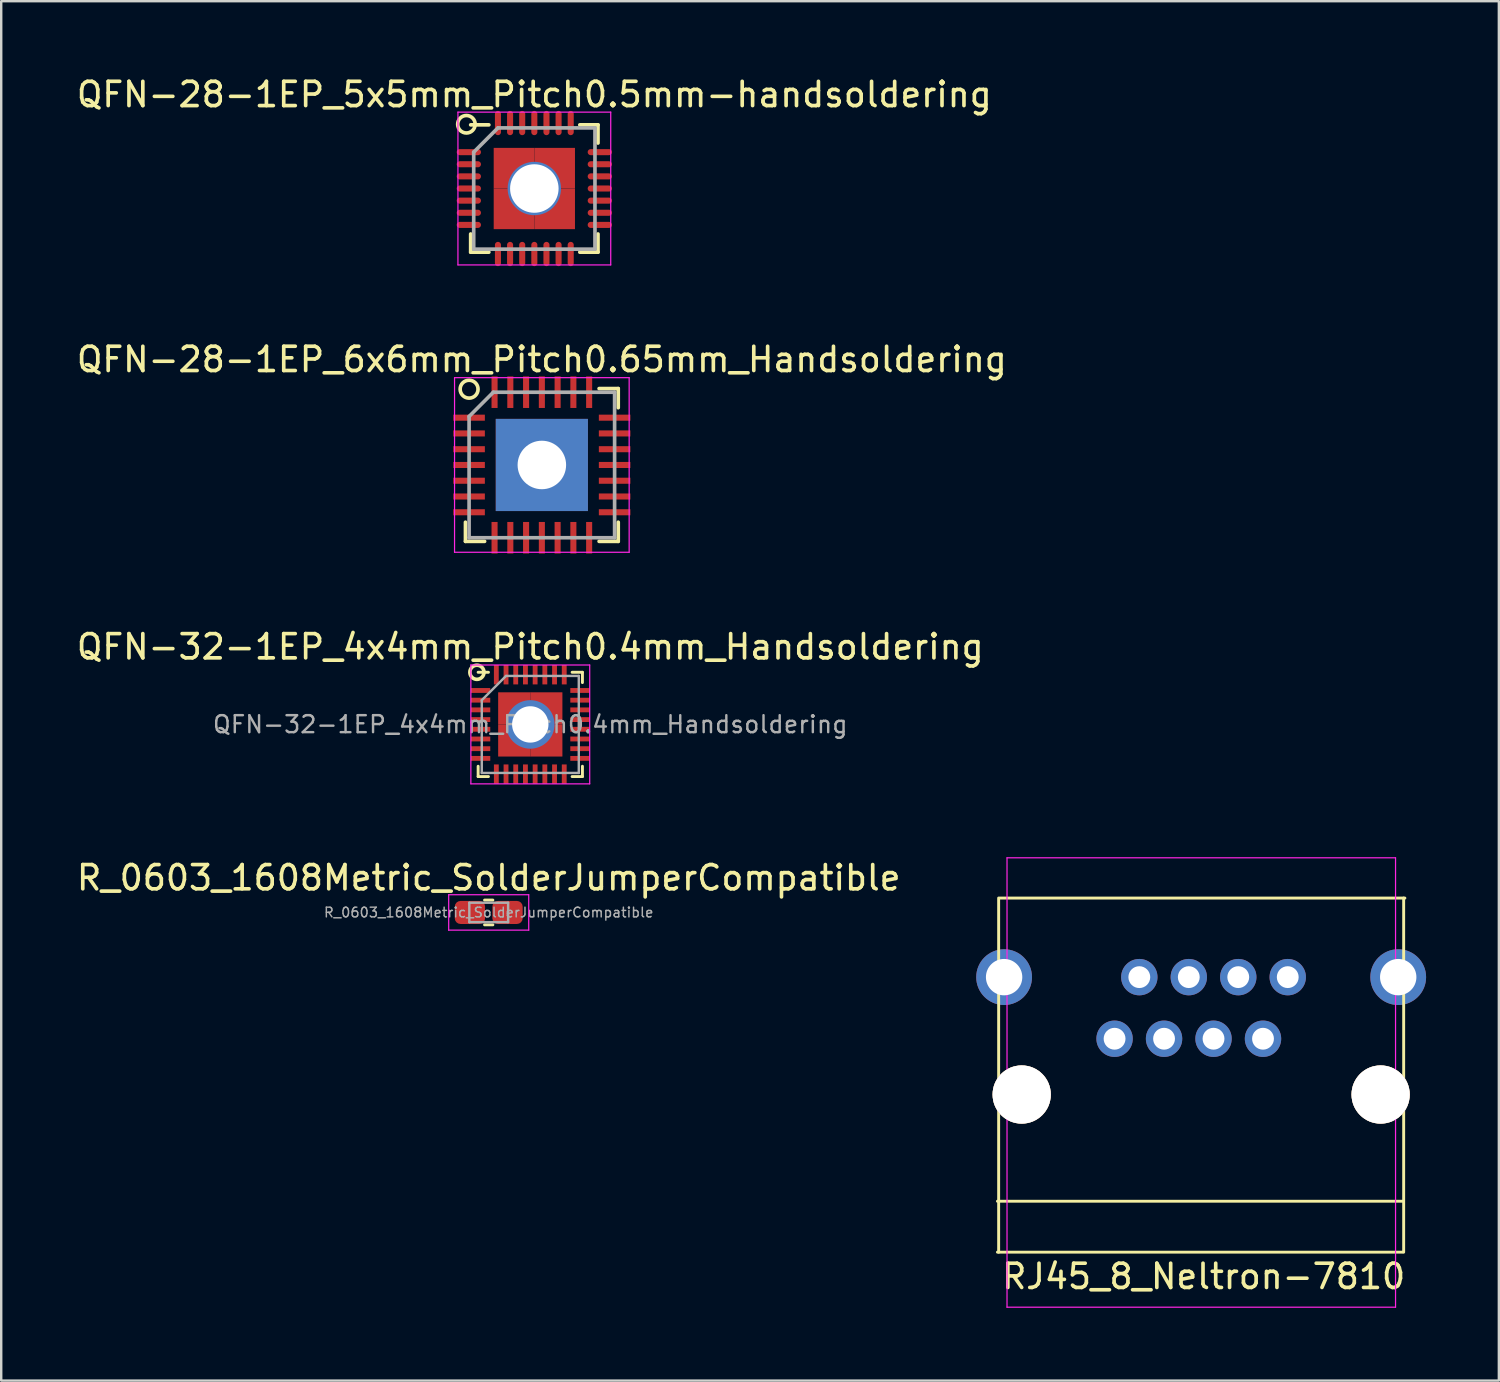
<source format=kicad_pcb>
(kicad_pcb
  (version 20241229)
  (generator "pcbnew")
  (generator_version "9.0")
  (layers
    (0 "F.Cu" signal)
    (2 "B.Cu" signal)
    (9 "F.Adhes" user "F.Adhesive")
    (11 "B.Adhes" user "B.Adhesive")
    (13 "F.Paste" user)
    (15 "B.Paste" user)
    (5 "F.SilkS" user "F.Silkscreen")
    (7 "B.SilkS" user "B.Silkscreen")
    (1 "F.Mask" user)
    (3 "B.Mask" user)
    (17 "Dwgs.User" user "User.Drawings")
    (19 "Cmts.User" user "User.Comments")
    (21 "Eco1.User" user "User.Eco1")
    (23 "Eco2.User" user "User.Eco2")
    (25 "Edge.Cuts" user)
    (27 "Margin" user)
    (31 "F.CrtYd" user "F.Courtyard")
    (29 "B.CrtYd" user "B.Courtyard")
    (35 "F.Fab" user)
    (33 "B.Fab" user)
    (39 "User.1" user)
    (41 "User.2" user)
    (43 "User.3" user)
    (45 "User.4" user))
  (footprint "QFN-28-1EP_6x6mm_Pitch0.65mm_Handsoldering"
    (layer "F.Cu")
    (at 19.292 16.122)
    (property "Reference" "QFN-28-1EP_6x6mm_Pitch0.65mm_Handsoldering" (at 0 -4.35 0) (layer "F.SilkS") (effects (font (size 1 1) (thickness 0.15))))
    (attr smd)
    (fp_line (start -3.15 3.15) (end -3.15 2.36) (stroke (width 0.15) (type solid)) (layer "F.SilkS"))
    (fp_line (start -3.15 3.15) (end -2.36 3.15) (stroke (width 0.15) (type solid)) (layer "F.SilkS"))
    (fp_line (start 3.15 -3.15) (end 2.36 -3.15) (stroke (width 0.15) (type solid)) (layer "F.SilkS"))
    (fp_line (start 3.15 -3.15) (end 3.15 -2.36) (stroke (width 0.15) (type solid)) (layer "F.SilkS"))
    (fp_line (start 3.15 3.15) (end 2.36 3.15) (stroke (width 0.15) (type solid)) (layer "F.SilkS"))
    (fp_line (start 3.15 3.15) (end 3.15 2.36) (stroke (width 0.15) (type solid)) (layer "F.SilkS"))
    (fp_circle (center -3 -3.125) (end -2.675 -3.3) (stroke (width 0.15) (type solid)) (fill no) (layer "F.SilkS"))
    (fp_line (start -3.6 -3.6) (end -3.6 3.6) (stroke (width 0.05) (type solid)) (layer "F.CrtYd"))
    (fp_line (start -3.6 -3.6) (end 3.6 -3.6) (stroke (width 0.05) (type solid)) (layer "F.CrtYd"))
    (fp_line (start -3.6 3.6) (end 3.6 3.6) (stroke (width 0.05) (type solid)) (layer "F.CrtYd"))
    (fp_line (start 3.6 -3.6) (end 3.6 3.6) (stroke (width 0.05) (type solid)) (layer "F.CrtYd"))
    (fp_line (start -3 -2) (end -2 -3) (stroke (width 0.15) (type solid)) (layer "F.Fab"))
    (fp_line (start -3 3) (end -3 -2) (stroke (width 0.15) (type solid)) (layer "F.Fab"))
    (fp_line (start -2 -3) (end 3 -3) (stroke (width 0.15) (type solid)) (layer "F.Fab"))
    (fp_line (start 3 -3) (end 3 3) (stroke (width 0.15) (type solid)) (layer "F.Fab"))
    (fp_line (start 3 3) (end -3 3) (stroke (width 0.15) (type solid)) (layer "F.Fab"))
    (pad "1" smd rect (at -3 -1.95) (size 1.3 0.25) (layers "F.Cu" "F.Mask" "F.Paste"))
    (pad "2" smd rect (at -3 -1.3) (size 1.3 0.25) (layers "F.Cu" "F.Mask" "F.Paste"))
    (pad "3" smd rect (at -3 -0.65) (size 1.3 0.25) (layers "F.Cu" "F.Mask" "F.Paste"))
    (pad "4" smd rect (at -3 0) (size 1.3 0.25) (layers "F.Cu" "F.Mask" "F.Paste"))
    (pad "5" smd rect (at -3 0.65) (size 1.3 0.25) (layers "F.Cu" "F.Mask" "F.Paste"))
    (pad "6" smd rect (at -3 1.3) (size 1.3 0.25) (layers "F.Cu" "F.Mask" "F.Paste"))
    (pad "7" smd rect (at -3 1.95) (size 1.3 0.25) (layers "F.Cu" "F.Mask" "F.Paste"))
    (pad "8" smd rect (at -1.95 3 90) (size 1.3 0.25) (layers "F.Cu" "F.Mask" "F.Paste"))
    (pad "9" smd rect (at -1.3 3 90) (size 1.3 0.25) (layers "F.Cu" "F.Mask" "F.Paste"))
    (pad "10" smd rect (at -0.65 3 90) (size 1.3 0.25) (layers "F.Cu" "F.Mask" "F.Paste"))
    (pad "11" smd rect (at 0 3 90) (size 1.3 0.25) (layers "F.Cu" "F.Mask" "F.Paste"))
    (pad "12" smd rect (at 0.65 3 90) (size 1.3 0.25) (layers "F.Cu" "F.Mask" "F.Paste"))
    (pad "13" smd rect (at 1.3 3 90) (size 1.3 0.25) (layers "F.Cu" "F.Mask" "F.Paste"))
    (pad "14" smd rect (at 1.95 3 90) (size 1.3 0.25) (layers "F.Cu" "F.Mask" "F.Paste"))
    (pad "15" smd rect (at 3 1.95) (size 1.3 0.25) (layers "F.Cu" "F.Mask" "F.Paste"))
    (pad "16" smd rect (at 3 1.3) (size 1.3 0.25) (layers "F.Cu" "F.Mask" "F.Paste"))
    (pad "17" smd rect (at 3 0.65) (size 1.3 0.25) (layers "F.Cu" "F.Mask" "F.Paste"))
    (pad "18" smd rect (at 3 0) (size 1.3 0.25) (layers "F.Cu" "F.Mask" "F.Paste"))
    (pad "19" smd rect (at 3 -0.65) (size 1.3 0.25) (layers "F.Cu" "F.Mask" "F.Paste"))
    (pad "20" smd rect (at 3 -1.3) (size 1.3 0.25) (layers "F.Cu" "F.Mask" "F.Paste"))
    (pad "21" smd rect (at 3 -1.95) (size 1.3 0.25) (layers "F.Cu" "F.Mask" "F.Paste"))
    (pad "22" smd rect (at 1.95 -3 90) (size 1.3 0.25) (layers "F.Cu" "F.Mask" "F.Paste"))
    (pad "23" smd rect (at 1.3 -3 90) (size 1.3 0.25) (layers "F.Cu" "F.Mask" "F.Paste"))
    (pad "24" smd rect (at 0.65 -3 90) (size 1.3 0.25) (layers "F.Cu" "F.Mask" "F.Paste"))
    (pad "25" smd rect (at 0 -3 90) (size 1.3 0.25) (layers "F.Cu" "F.Mask" "F.Paste"))
    (pad "26" smd rect (at -0.65 -3 90) (size 1.3 0.25) (layers "F.Cu" "F.Mask" "F.Paste"))
    (pad "27" smd rect (at -1.3 -3 90) (size 1.3 0.25) (layers "F.Cu" "F.Mask" "F.Paste"))
    (pad "28" smd rect (at -1.95 -3 90) (size 1.3 0.25) (layers "F.Cu" "F.Mask" "F.Paste"))
    (pad "29" thru_hole rect (at 0 0) (size 3.8 3.8) (drill 2) (layers "*.Cu" "*.Mask")))
  (footprint "R_0603_1608Metric_SolderJumperCompatible"
    (layer "F.Cu")
    (at 17.101 34.573)
    (property "Reference" "R_0603_1608Metric_SolderJumperCompatible" (at 0 -1.43 0) (layer "F.SilkS") (effects (font (size 1 1) (thickness 0.15))))
    (attr smd)
    (fp_line (start -0.171 -0.51) (end 0.171 -0.51) (stroke (width 0.12) (type solid)) (layer "F.SilkS"))
    (fp_line (start -0.171 0.51) (end 0.171 0.51) (stroke (width 0.12) (type solid)) (layer "F.SilkS"))
    (fp_line (start -1.65 -0.73) (end 1.65 -0.73) (stroke (width 0.05) (type solid)) (layer "F.CrtYd"))
    (fp_line (start -1.65 0.73) (end -1.65 -0.73) (stroke (width 0.05) (type solid)) (layer "F.CrtYd"))
    (fp_line (start 1.65 -0.73) (end 1.65 0.73) (stroke (width 0.05) (type solid)) (layer "F.CrtYd"))
    (fp_line (start 1.65 0.73) (end -1.65 0.73) (stroke (width 0.05) (type solid)) (layer "F.CrtYd"))
    (fp_line (start -0.8 -0.4) (end 0.8 -0.4) (stroke (width 0.1) (type solid)) (layer "F.Fab"))
    (fp_line (start -0.8 0.4) (end -0.8 -0.4) (stroke (width 0.1) (type solid)) (layer "F.Fab"))
    (fp_line (start 0.8 -0.4) (end 0.8 0.4) (stroke (width 0.1) (type solid)) (layer "F.Fab"))
    (fp_line (start 0.8 0.4) (end -0.8 0.4) (stroke (width 0.1) (type solid)) (layer "F.Fab"))
    (fp_text user "${REFERENCE}" (at 0 0 0) (layer "F.Fab") (effects (font (size 0.4 0.4) (thickness 0.06))))
    (pad "1" smd roundrect (at -0.775 0) (size 1.25 0.95) (layers "F.Cu" "F.Mask" "F.Paste") (roundrect_rratio 0.25))
    (pad "2" smd roundrect (at 0.775 0) (size 1.25 0.95) (layers "F.Cu" "F.Mask" "F.Paste") (roundrect_rratio 0.25)))
  (footprint "QFN-32-1EP_4x4mm_Pitch0.4mm_Handsoldering"
    (layer "F.Cu")
    (at 18.815 26.82)
    (property "Reference" "QFN-32-1EP_4x4mm_Pitch0.4mm_Handsoldering" (at 0 -3.2 0) (layer "F.SilkS") (effects (font (size 1 1) (thickness 0.15))))
    (attr smd)
    (fp_line (start -2.15 -2.15) (end -1.725 -2.15) (stroke (width 0.12) (type solid)) (layer "F.SilkS"))
    (fp_line (start -2.15 2.15) (end -2.15 1.725) (stroke (width 0.12) (type solid)) (layer "F.SilkS"))
    (fp_line (start -2.15 2.15) (end -1.725 2.15) (stroke (width 0.12) (type solid)) (layer "F.SilkS"))
    (fp_line (start 2.15 -2.15) (end 1.725 -2.15) (stroke (width 0.12) (type solid)) (layer "F.SilkS"))
    (fp_line (start 2.15 -2.15) (end 2.15 -1.725) (stroke (width 0.12) (type solid)) (layer "F.SilkS"))
    (fp_line (start 2.15 2.15) (end 1.725 2.15) (stroke (width 0.12) (type solid)) (layer "F.SilkS"))
    (fp_line (start 2.15 2.15) (end 2.15 1.725) (stroke (width 0.12) (type solid)) (layer "F.SilkS"))
    (fp_circle (center -2.2 -2.15) (end -1.95 -2) (stroke (width 0.15) (type solid)) (fill no) (layer "F.SilkS"))
    (fp_line (start -2.45 -2.45) (end -2.45 2.45) (stroke (width 0.05) (type solid)) (layer "F.CrtYd"))
    (fp_line (start -2.45 -2.45) (end 2.45 -2.45) (stroke (width 0.05) (type solid)) (layer "F.CrtYd"))
    (fp_line (start -2.45 2.45) (end 2.45 2.45) (stroke (width 0.05) (type solid)) (layer "F.CrtYd"))
    (fp_line (start 2.45 -2.45) (end 2.45 2.45) (stroke (width 0.05) (type solid)) (layer "F.CrtYd"))
    (fp_line (start -2 -1) (end -1 -2) (stroke (width 0.1) (type solid)) (layer "F.Fab"))
    (fp_line (start -2 2) (end -2 -1) (stroke (width 0.1) (type solid)) (layer "F.Fab"))
    (fp_line (start -1 -2) (end 2 -2) (stroke (width 0.1) (type solid)) (layer "F.Fab"))
    (fp_line (start 2 -2) (end 2 2) (stroke (width 0.1) (type solid)) (layer "F.Fab"))
    (fp_line (start 2 2) (end -2 2) (stroke (width 0.1) (type solid)) (layer "F.Fab"))
    (fp_text user "${REFERENCE}" (at 0 0 0) (layer "F.Fab") (effects (font (size 0.7 0.7) (thickness 0.1))))
    (pad "1" smd rect (at -2.05 -1.4) (size 0.8 0.2) (layers "F.Cu" "F.Mask" "F.Paste"))
    (pad "2" smd rect (at -2.05 -1) (size 0.8 0.2) (layers "F.Cu" "F.Mask" "F.Paste"))
    (pad "3" smd rect (at -2.05 -0.6) (size 0.8 0.2) (layers "F.Cu" "F.Mask" "F.Paste"))
    (pad "4" smd rect (at -2.05 -0.2) (size 0.8 0.2) (layers "F.Cu" "F.Mask" "F.Paste"))
    (pad "5" smd rect (at -2.05 0.2) (size 0.8 0.2) (layers "F.Cu" "F.Mask" "F.Paste"))
    (pad "6" smd rect (at -2.05 0.6) (size 0.8 0.2) (layers "F.Cu" "F.Mask" "F.Paste"))
    (pad "7" smd rect (at -2.05 1) (size 0.8 0.2) (layers "F.Cu" "F.Mask" "F.Paste"))
    (pad "8" smd rect (at -2.05 1.4) (size 0.8 0.2) (layers "F.Cu" "F.Mask" "F.Paste"))
    (pad "9" smd rect (at -1.4 2.05 90) (size 0.8 0.2) (layers "F.Cu" "F.Mask" "F.Paste"))
    (pad "10" smd rect (at -1 2.05 90) (size 0.8 0.2) (layers "F.Cu" "F.Mask" "F.Paste"))
    (pad "11" smd rect (at -0.6 2.05 90) (size 0.8 0.2) (layers "F.Cu" "F.Mask" "F.Paste"))
    (pad "12" smd rect (at -0.2 2.05 90) (size 0.8 0.2) (layers "F.Cu" "F.Mask" "F.Paste"))
    (pad "13" smd rect (at 0.2 2.05 90) (size 0.8 0.2) (layers "F.Cu" "F.Mask" "F.Paste"))
    (pad "14" smd rect (at 0.6 2.05 90) (size 0.8 0.2) (layers "F.Cu" "F.Mask" "F.Paste"))
    (pad "15" smd rect (at 1 2.05 90) (size 0.8 0.2) (layers "F.Cu" "F.Mask" "F.Paste"))
    (pad "16" smd rect (at 1.4 2.05 90) (size 0.8 0.2) (layers "F.Cu" "F.Mask" "F.Paste"))
    (pad "17" smd rect (at 2.05 1.4) (size 0.8 0.2) (layers "F.Cu" "F.Mask" "F.Paste"))
    (pad "18" smd rect (at 2.05 1) (size 0.8 0.2) (layers "F.Cu" "F.Mask" "F.Paste"))
    (pad "19" smd rect (at 2.05 0.6) (size 0.8 0.2) (layers "F.Cu" "F.Mask" "F.Paste"))
    (pad "20" smd rect (at 2.05 0.2) (size 0.8 0.2) (layers "F.Cu" "F.Mask" "F.Paste"))
    (pad "21" smd rect (at 2.05 -0.2) (size 0.8 0.2) (layers "F.Cu" "F.Mask" "F.Paste"))
    (pad "22" smd rect (at 2.05 -0.6) (size 0.8 0.2) (layers "F.Cu" "F.Mask" "F.Paste"))
    (pad "23" smd rect (at 2.05 -1) (size 0.8 0.2) (layers "F.Cu" "F.Mask" "F.Paste"))
    (pad "24" smd rect (at 2.05 -1.4) (size 0.8 0.2) (layers "F.Cu" "F.Mask" "F.Paste"))
    (pad "25" smd rect (at 1.4 -2.05 90) (size 0.8 0.2) (layers "F.Cu" "F.Mask" "F.Paste"))
    (pad "26" smd rect (at 1 -2.05 90) (size 0.8 0.2) (layers "F.Cu" "F.Mask" "F.Paste"))
    (pad "27" smd rect (at 0.6 -2.05 90) (size 0.8 0.2) (layers "F.Cu" "F.Mask" "F.Paste"))
    (pad "28" smd rect (at 0.2 -2.05 90) (size 0.8 0.2) (layers "F.Cu" "F.Mask" "F.Paste"))
    (pad "29" smd rect (at -0.2 -2.05 90) (size 0.8 0.2) (layers "F.Cu" "F.Mask" "F.Paste"))
    (pad "30" smd rect (at -0.6 -2.05 90) (size 0.8 0.2) (layers "F.Cu" "F.Mask" "F.Paste"))
    (pad "31" smd rect (at -1 -2.05 90) (size 0.8 0.2) (layers "F.Cu" "F.Mask" "F.Paste"))
    (pad "32" smd rect (at -1.4 -2.05 90) (size 0.8 0.2) (layers "F.Cu" "F.Mask" "F.Paste"))
    (pad "33" smd rect (at -0.662 -0.662) (size 1.325 1.325) (layers "F.Cu" "F.Mask" "F.Paste"))
    (pad "33" smd rect (at -0.662 0.662) (size 1.325 1.325) (layers "F.Cu" "F.Mask" "F.Paste"))
    (pad "33" thru_hole circle (at 0 0) (size 2 2) (drill 1.5) (layers "*.Cu" "*.Mask"))
    (pad "33" smd rect (at 0.662 -0.662) (size 1.325 1.325) (layers "F.Cu" "F.Mask" "F.Paste"))
    (pad "33" smd rect (at 0.662 0.662) (size 1.325 1.325) (layers "F.Cu" "F.Mask" "F.Paste")))
  (footprint "QFN-28-1EP_5x5mm_Pitch0.5mm-handsoldering"
    (layer "F.Cu")
    (at 18.982 4.723)
    (property "Reference" "QFN-28-1EP_5x5mm_Pitch0.5mm-handsoldering" (at 0 -3.875 0) (layer "F.SilkS") (effects (font (size 1 1) (thickness 0.15))))
    (attr smd)
    (fp_line (start -2.625 -2.625) (end -1.875 -2.625) (stroke (width 0.15) (type solid)) (layer "F.SilkS"))
    (fp_line (start -2.625 2.625) (end -2.625 1.875) (stroke (width 0.15) (type solid)) (layer "F.SilkS"))
    (fp_line (start -2.625 2.625) (end -1.875 2.625) (stroke (width 0.15) (type solid)) (layer "F.SilkS"))
    (fp_line (start 2.625 -2.625) (end 1.875 -2.625) (stroke (width 0.15) (type solid)) (layer "F.SilkS"))
    (fp_line (start 2.625 -2.625) (end 2.625 -1.875) (stroke (width 0.15) (type solid)) (layer "F.SilkS"))
    (fp_line (start 2.625 2.625) (end 1.875 2.625) (stroke (width 0.15) (type solid)) (layer "F.SilkS"))
    (fp_line (start 2.625 2.625) (end 2.625 1.875) (stroke (width 0.15) (type solid)) (layer "F.SilkS"))
    (fp_circle (center -2.8 -2.65) (end -2.6 -2.35) (stroke (width 0.15) (type solid)) (fill no) (layer "F.SilkS"))
    (fp_line (start -3.15 -3.15) (end -3.15 3.15) (stroke (width 0.05) (type solid)) (layer "F.CrtYd"))
    (fp_line (start -3.15 -3.15) (end 3.15 -3.15) (stroke (width 0.05) (type solid)) (layer "F.CrtYd"))
    (fp_line (start -3.15 3.15) (end 3.15 3.15) (stroke (width 0.05) (type solid)) (layer "F.CrtYd"))
    (fp_line (start 3.15 -3.15) (end 3.15 3.15) (stroke (width 0.05) (type solid)) (layer "F.CrtYd"))
    (fp_line (start -2.5 -1.5) (end -1.5 -2.5) (stroke (width 0.15) (type solid)) (layer "F.Fab"))
    (fp_line (start -2.5 2.5) (end -2.5 -1.5) (stroke (width 0.15) (type solid)) (layer "F.Fab"))
    (fp_line (start -1.5 -2.5) (end 2.5 -2.5) (stroke (width 0.15) (type solid)) (layer "F.Fab"))
    (fp_line (start 2.5 -2.5) (end 2.5 2.5) (stroke (width 0.15) (type solid)) (layer "F.Fab"))
    (fp_line (start 2.5 2.5) (end -2.5 2.5) (stroke (width 0.15) (type solid)) (layer "F.Fab"))
    (pad "1" smd oval (at -2.7 -1.5) (size 1 0.25) (layers "F.Cu" "F.Mask" "F.Paste"))
    (pad "2" smd oval (at -2.7 -1) (size 1 0.25) (layers "F.Cu" "F.Mask" "F.Paste"))
    (pad "3" smd oval (at -2.7 -0.5) (size 1 0.25) (layers "F.Cu" "F.Mask" "F.Paste"))
    (pad "4" smd oval (at -2.7 0) (size 1 0.25) (layers "F.Cu" "F.Mask" "F.Paste"))
    (pad "5" smd oval (at -2.7 0.5) (size 1 0.25) (layers "F.Cu" "F.Mask" "F.Paste"))
    (pad "6" smd oval (at -2.7 1) (size 1 0.25) (layers "F.Cu" "F.Mask" "F.Paste"))
    (pad "7" smd oval (at -2.7 1.5) (size 1 0.25) (layers "F.Cu" "F.Mask" "F.Paste"))
    (pad "8" smd oval (at -1.5 2.7 90) (size 1 0.25) (layers "F.Cu" "F.Mask" "F.Paste"))
    (pad "9" smd oval (at -1 2.7 90) (size 1 0.25) (layers "F.Cu" "F.Mask" "F.Paste"))
    (pad "10" smd oval (at -0.5 2.7 90) (size 1 0.25) (layers "F.Cu" "F.Mask" "F.Paste"))
    (pad "11" smd oval (at 0 2.7 90) (size 1 0.25) (layers "F.Cu" "F.Mask" "F.Paste"))
    (pad "12" smd oval (at 0.5 2.7 90) (size 1 0.25) (layers "F.Cu" "F.Mask" "F.Paste"))
    (pad "13" smd oval (at 1 2.7 90) (size 1 0.25) (layers "F.Cu" "F.Mask" "F.Paste"))
    (pad "14" smd oval (at 1.5 2.7 90) (size 1 0.25) (layers "F.Cu" "F.Mask" "F.Paste"))
    (pad "15" smd oval (at 2.7 1.5) (size 1 0.25) (layers "F.Cu" "F.Mask" "F.Paste"))
    (pad "16" smd oval (at 2.7 1) (size 1 0.25) (layers "F.Cu" "F.Mask" "F.Paste"))
    (pad "17" smd oval (at 2.7 0.5) (size 1 0.25) (layers "F.Cu" "F.Mask" "F.Paste"))
    (pad "18" smd oval (at 2.7 0) (size 1 0.25) (layers "F.Cu" "F.Mask" "F.Paste"))
    (pad "19" smd oval (at 2.7 -0.5) (size 1 0.25) (layers "F.Cu" "F.Mask" "F.Paste"))
    (pad "20" smd oval (at 2.7 -1) (size 1 0.25) (layers "F.Cu" "F.Mask" "F.Paste"))
    (pad "21" smd oval (at 2.7 -1.5) (size 1 0.25) (layers "F.Cu" "F.Mask" "F.Paste"))
    (pad "22" smd oval (at 1.5 -2.7 90) (size 1 0.25) (layers "F.Cu" "F.Mask" "F.Paste"))
    (pad "23" smd oval (at 1 -2.7 90) (size 1 0.25) (layers "F.Cu" "F.Mask" "F.Paste"))
    (pad "24" smd oval (at 0.5 -2.7 90) (size 1 0.25) (layers "F.Cu" "F.Mask" "F.Paste"))
    (pad "25" smd oval (at 0 -2.7 90) (size 1 0.25) (layers "F.Cu" "F.Mask" "F.Paste"))
    (pad "26" smd oval (at -0.5 -2.7 90) (size 1 0.25) (layers "F.Cu" "F.Mask" "F.Paste"))
    (pad "27" smd oval (at -1 -2.7 90) (size 1 0.25) (layers "F.Cu" "F.Mask" "F.Paste"))
    (pad "28" smd oval (at -1.5 -2.7 90) (size 1 0.25) (layers "F.Cu" "F.Mask" "F.Paste"))
    (pad "29" smd rect (at -0.838 -0.838) (size 1.675 1.675) (layers "F.Cu" "F.Mask" "F.Paste"))
    (pad "29" smd rect (at -0.838 0.838) (size 1.675 1.675) (layers "F.Cu" "F.Mask" "F.Paste"))
    (pad "29" thru_hole circle (at 0 0) (size 2.2 2.2) (drill 2) (layers "*.Cu" "*.Mask"))
    (pad "29" smd rect (at 0.838 -0.838) (size 1.675 1.675) (layers "F.Cu" "F.Mask" "F.Paste"))
    (pad "29" smd rect (at 0.838 0.838) (size 1.675 1.675) (layers "F.Cu" "F.Mask" "F.Paste")))
  (footprint "RJ45_8_Neltron-7810"
    (layer "F.Cu")
    (at 46.477 39.78)
    (property "Reference" "RJ45_8_Neltron-7810" (at 0.1 9.8 0) (layer "F.SilkS") (effects (font (size 1 1) (thickness 0.15))))
    (attr through_hole)
    (fp_line (start -8.4 6.7) (end 8.3 6.7) (stroke (width 0.12) (type solid)) (layer "F.SilkS"))
    (fp_line (start -8.4 8.8) (end 8.3 8.8) (stroke (width 0.12) (type solid)) (layer "F.SilkS"))
    (fp_line (start -8.35 -5.802) (end -8.35 8.801) (stroke (width 0.12) (type solid)) (layer "F.SilkS"))
    (fp_line (start -8.3 -5.8) (end 8.4 -5.8) (stroke (width 0.12) (type solid)) (layer "F.SilkS"))
    (fp_line (start 8.35 -5.8) (end 8.35 8.8) (stroke (width 0.12) (type solid)) (layer "F.SilkS"))
    (fp_line (start -8.005 -7.46) (end -8.005 11.07) (stroke (width 0.05) (type solid)) (layer "F.CrtYd"))
    (fp_line (start -8.005 -7.46) (end 8.015 -7.46) (stroke (width 0.05) (type solid)) (layer "F.CrtYd"))
    (fp_line (start 8.015 11.07) (end -8.005 11.07) (stroke (width 0.05) (type solid)) (layer "F.CrtYd"))
    (fp_line (start 8.015 11.07) (end 8.015 -7.46) (stroke (width 0.05) (type solid)) (layer "F.CrtYd"))
    (pad "" np_thru_hole circle (at -7.4 2.3) (size 2.4 2.4) (drill 2.4) (layers "*.Cu" "*.SilkS" "*.Mask"))
    (pad "" np_thru_hole circle (at 7.4 2.3) (size 2.4 2.4) (drill 2.4) (layers "*.Cu" "*.SilkS" "*.Mask"))
    (pad "1" thru_hole circle (at 3.57 -2.54) (size 1.5 1.5) (drill 0.9) (layers "*.Cu" "*.Mask"))
    (pad "2" thru_hole circle (at 2.55 0) (size 1.5 1.5) (drill 0.9) (layers "*.Cu" "*.Mask"))
    (pad "3" thru_hole circle (at 1.53 -2.54) (size 1.5 1.5) (drill 0.9) (layers "*.Cu" "*.Mask"))
    (pad "4" thru_hole circle (at 0.51 0) (size 1.5 1.5) (drill 0.9) (layers "*.Cu" "*.Mask"))
    (pad "5" thru_hole circle (at -0.51 -2.54) (size 1.5 1.5) (drill 0.9) (layers "*.Cu" "*.Mask"))
    (pad "6" thru_hole circle (at -1.53 0) (size 1.5 1.5) (drill 0.9) (layers "*.Cu" "*.Mask"))
    (pad "7" thru_hole circle (at -2.55 -2.54) (size 1.5 1.5) (drill 0.9) (layers "*.Cu" "*.Mask"))
    (pad "8" thru_hole circle (at -3.57 0) (size 1.5 1.5) (drill 0.9) (layers "*.Cu" "*.Mask"))
    (pad "9" thru_hole circle (at -8.125 -2.54) (size 2.3 2.3) (drill 1.5) (layers "*.Cu" "*.Mask"))
    (pad "9" thru_hole circle (at 8.125 -2.54) (size 2.3 2.3) (drill 1.5) (layers "*.Cu" "*.Mask")))
  (gr_rect
    (start -3 -3)
    (end 58.752 53.875)
    (stroke (width 0.1) (type default))
    (fill no)
    (layer "Edge.Cuts")))
</source>
